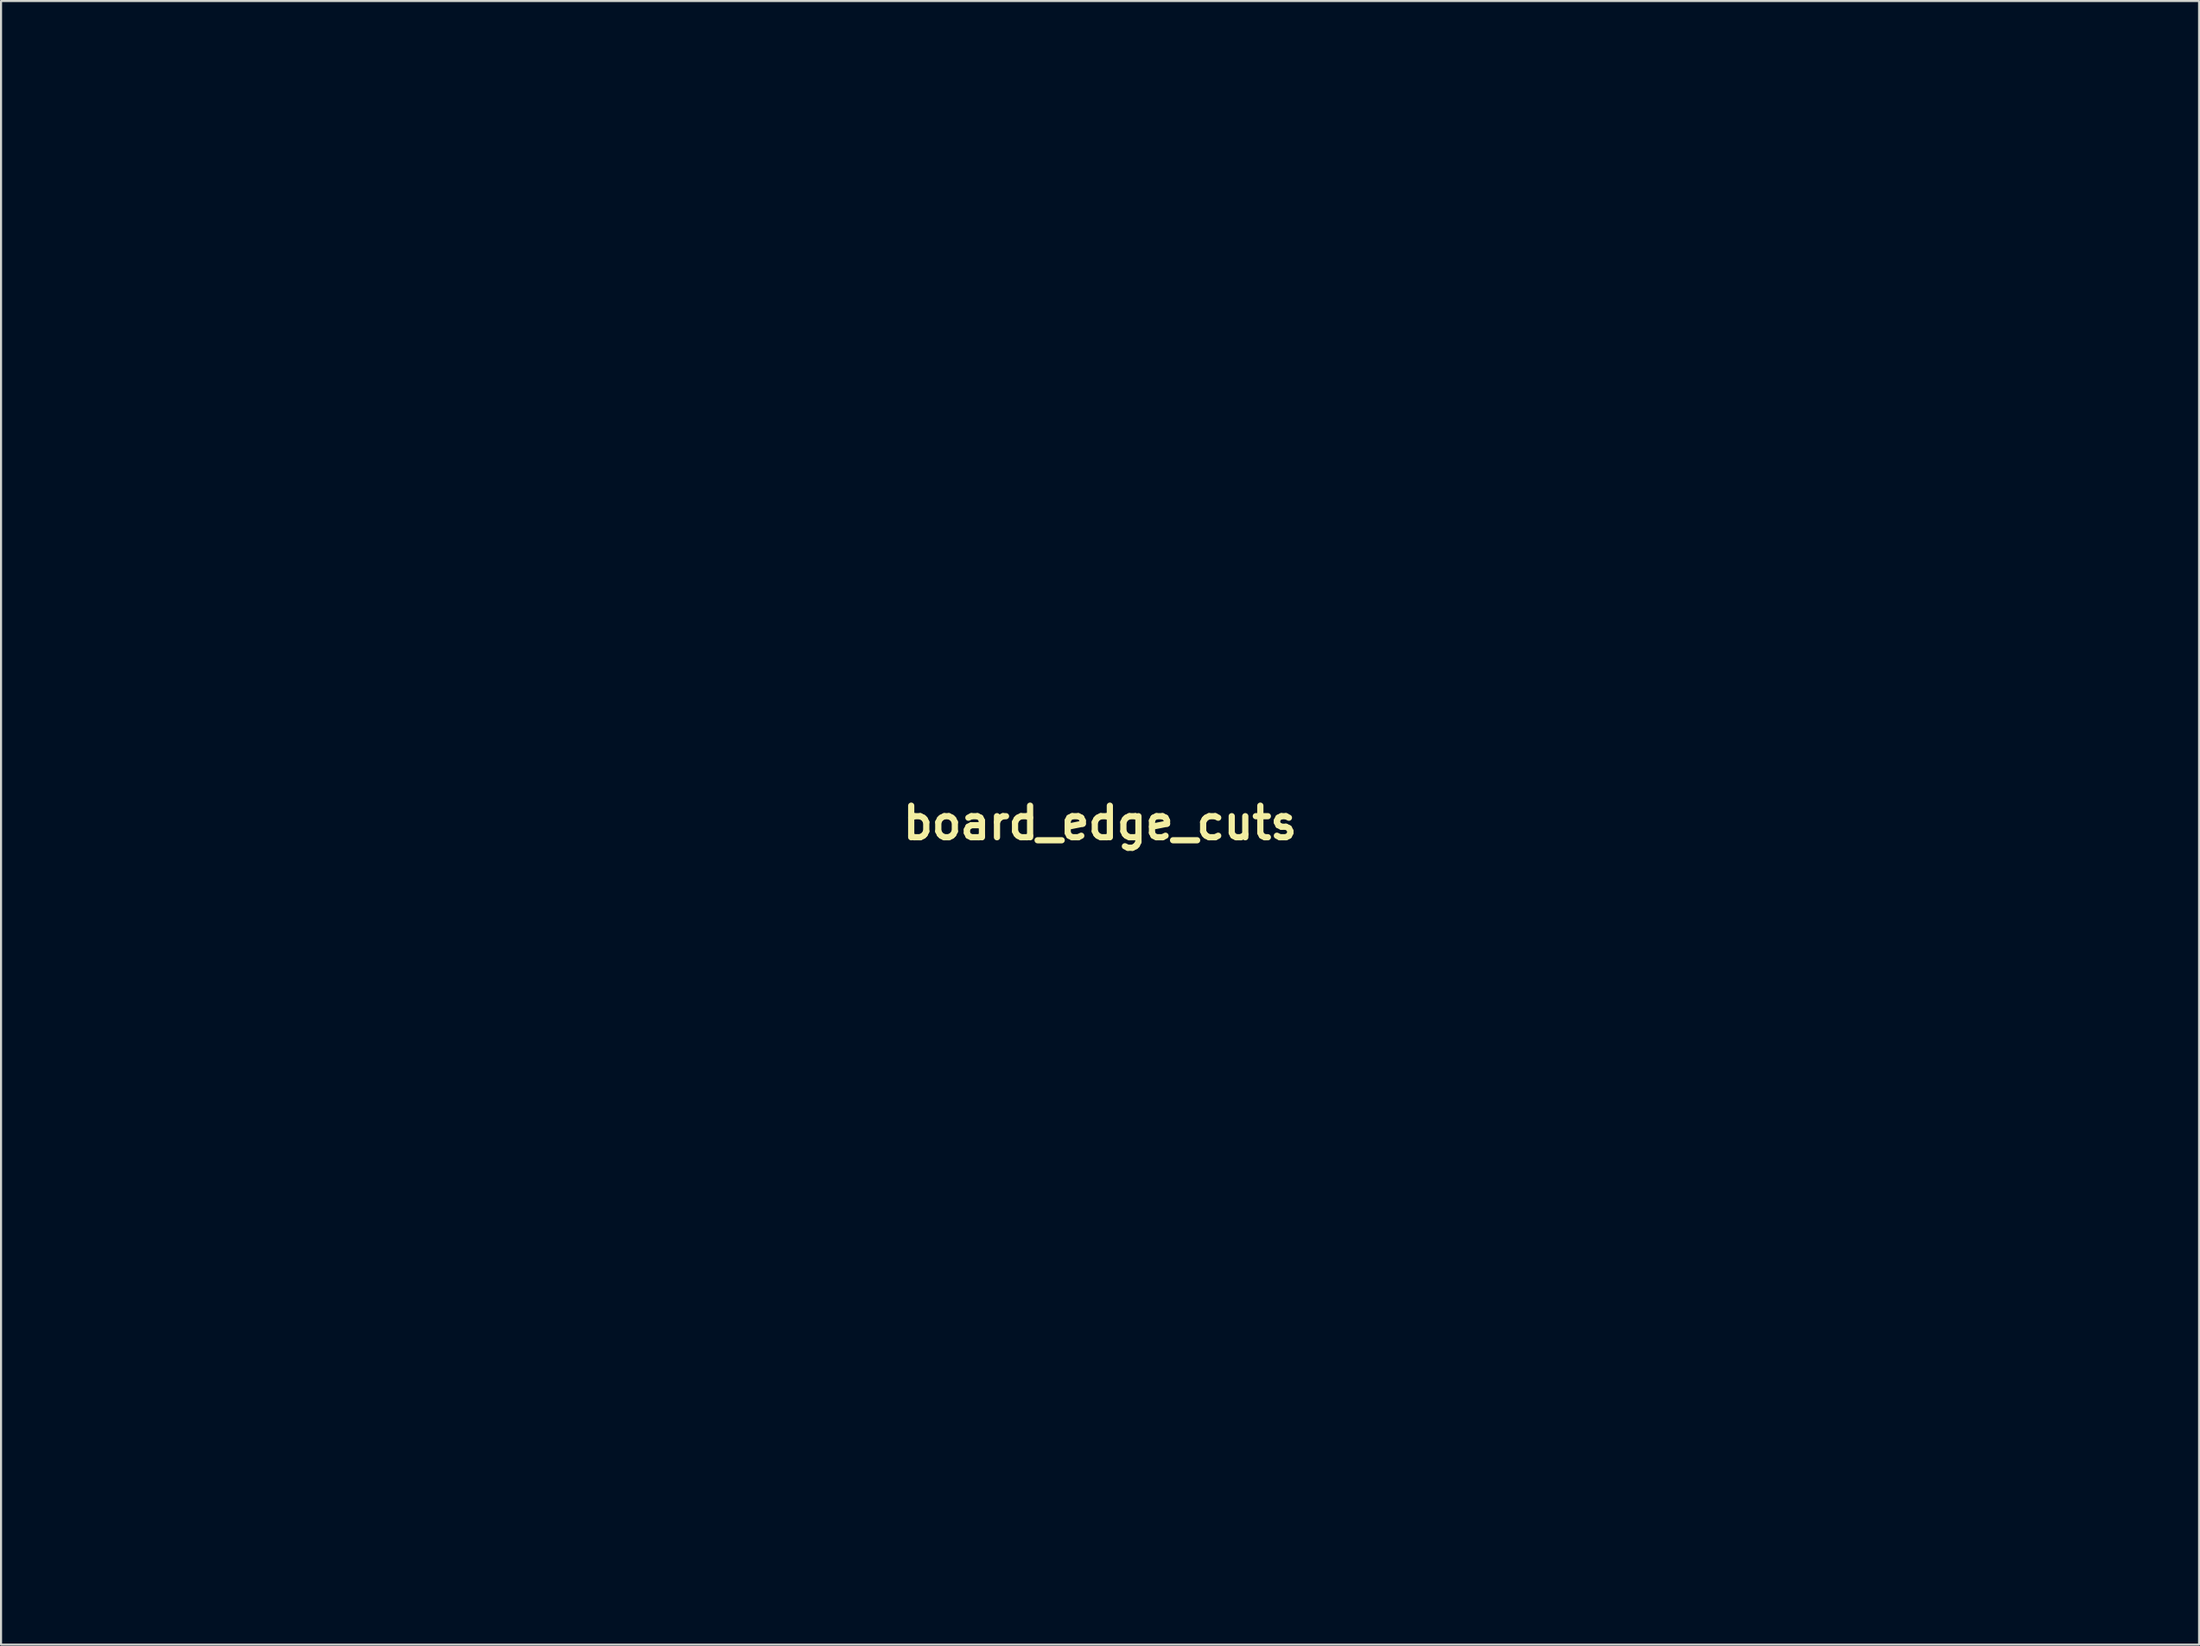
<source format=kicad_pcb>
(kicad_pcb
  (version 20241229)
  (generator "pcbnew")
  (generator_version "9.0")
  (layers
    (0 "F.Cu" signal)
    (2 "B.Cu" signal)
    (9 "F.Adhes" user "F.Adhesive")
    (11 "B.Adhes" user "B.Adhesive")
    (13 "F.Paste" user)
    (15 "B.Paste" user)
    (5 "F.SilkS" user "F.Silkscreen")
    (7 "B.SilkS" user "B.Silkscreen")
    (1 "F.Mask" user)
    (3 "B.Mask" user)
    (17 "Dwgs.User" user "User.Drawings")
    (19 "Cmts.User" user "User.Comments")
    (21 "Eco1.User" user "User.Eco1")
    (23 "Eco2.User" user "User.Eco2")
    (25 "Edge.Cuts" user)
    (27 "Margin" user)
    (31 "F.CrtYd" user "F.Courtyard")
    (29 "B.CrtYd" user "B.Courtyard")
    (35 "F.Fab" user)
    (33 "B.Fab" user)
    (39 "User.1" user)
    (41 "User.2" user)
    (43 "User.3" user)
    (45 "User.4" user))
  (footprint "board_edge_cuts"
    (layer "F.Cu")
    (at 50.001 36.661)
    (property "Reference" "board_edge_cuts" (at 0 0 0) (layer "F.SilkS") (effects (font (size 1.524 1.524) (thickness 0.3))))
    (attr through_hole)
    (fp_poly (pts (xy -17.476 -36.614) (xy -15.812 -36.521) (xy -14.192 -36.376) (xy -12.621 -36.18) (xy -11.107 -35.934) (xy -9.867 -35.684) (xy -9.658 -35.637) (xy -9.481 -35.595) (xy -9.351 -35.562) (xy -9.283 -35.541) (xy -9.278 -35.538) (xy -9.284 -35.52) (xy -9.366 -35.523) (xy -9.524 -35.549) (xy -9.761 -35.599) (xy -9.856 -35.62) (xy -11.186 -35.89) (xy -12.585 -36.117) (xy -14.047 -36.3) (xy -15.567 -36.44) (xy -17.141 -36.534) (xy -18.764 -36.584) (xy -19.748 -36.592) (xy -20.574 -36.588) (xy -21.335 -36.577) (xy -22.051 -36.557) (xy -22.742 -36.527) (xy -23.427 -36.487) (xy -24.126 -36.434) (xy -24.86 -36.369) (xy -25.646 -36.29) (xy -25.95 -36.257) (xy -26.739 -36.165) (xy -27.533 -36.059) (xy -28.312 -35.944) (xy -29.055 -35.822) (xy -29.743 -35.696) (xy -30.009 -35.643) (xy -30.321 -35.581) (xy -30.552 -35.54) (xy -30.702 -35.519) (xy -30.772 -35.52) (xy -30.773 -35.534) (xy -30.717 -35.555) (xy -30.588 -35.587) (xy -30.397 -35.629) (xy -30.154 -35.678) (xy -29.871 -35.733) (xy -29.558 -35.791) (xy -29.225 -35.851) (xy -28.884 -35.911) (xy -28.544 -35.968) (xy -28.218 -36.022) (xy -27.915 -36.069) (xy -27.646 -36.108) (xy -27.474 -36.131) (xy -26.924 -36.199) (xy -26.448 -36.258) (xy -26.034 -36.307) (xy -25.673 -36.349) (xy -25.355 -36.384) (xy -25.067 -36.413) (xy -24.801 -36.438) (xy -24.546 -36.46) (xy -24.438 -36.469) (xy -22.665 -36.584) (xy -20.909 -36.646) (xy -19.177 -36.656) (xy -17.476 -36.614)) (stroke (width 0.01) (type solid)) (fill no) (layer "Eco2.User"))
    (fp_poly (pts (xy -19.195 14.332) (xy -18.615 14.337) (xy -18.059 14.345) (xy -17.538 14.356) (xy -17.066 14.37) (xy -16.653 14.387) (xy -16.323 14.406) (xy -16.039 14.427) (xy -15.783 14.448) (xy -15.569 14.468) (xy -15.406 14.485) (xy -15.309 14.498) (xy -15.286 14.504) (xy -15.313 14.512) (xy -15.407 14.514) (xy -15.551 14.508) (xy -15.621 14.503) (xy -16.345 14.459) (xy -17.125 14.424) (xy -17.948 14.399) (xy -18.798 14.383) (xy -19.662 14.377) (xy -20.525 14.38) (xy -21.374 14.392) (xy -22.193 14.414) (xy -22.968 14.444) (xy -23.686 14.484) (xy -24.236 14.525) (xy -25.391 14.633) (xy -26.481 14.753) (xy -27.523 14.89) (xy -28.535 15.046) (xy -29.535 15.223) (xy -30.541 15.424) (xy -30.797 15.479) (xy -31.007 15.523) (xy -31.197 15.562) (xy -31.347 15.59) (xy -31.433 15.604) (xy -31.559 15.62) (xy -31.433 15.576) (xy -31.284 15.532) (xy -31.064 15.477) (xy -30.783 15.413) (xy -30.454 15.344) (xy -30.087 15.27) (xy -29.694 15.195) (xy -29.288 15.119) (xy -28.879 15.047) (xy -28.478 14.979) (xy -28.099 14.918) (xy -27.752 14.867) (xy -27.665 14.854) (xy -27.235 14.796) (xy -26.856 14.746) (xy -26.515 14.702) (xy -26.199 14.663) (xy -25.895 14.629) (xy -25.592 14.597) (xy -25.275 14.567) (xy -24.934 14.537) (xy -24.554 14.506) (xy -24.124 14.472) (xy -23.632 14.435) (xy -23.241 14.406) (xy -22.905 14.386) (xy -22.496 14.369) (xy -22.027 14.355) (xy -21.51 14.344) (xy -20.956 14.337) (xy -20.377 14.332) (xy -19.786 14.33) (xy -19.195 14.332)) (stroke (width 0.01) (type solid)) (fill no) (layer "Eco2.User"))
    (fp_poly (pts (xy -30.868 -35.508) (xy -30.876 -35.493) (xy -30.954 -35.465) (xy -31.087 -35.428) (xy -31.221 -35.395) (xy -32.792 -34.998) (xy -34.303 -34.549) (xy -35.759 -34.043) (xy -37.169 -33.478) (xy -38.541 -32.851) (xy -39.881 -32.157) (xy -41.198 -31.393) (xy -42.499 -30.557) (xy -43.461 -29.885) (xy -43.63 -29.762) (xy -43.827 -29.621) (xy -44.008 -29.49) (xy -44.011 -29.488) (xy -44.156 -29.381) (xy -44.345 -29.24) (xy -44.562 -29.074) (xy -44.793 -28.896) (xy -45.023 -28.717) (xy -45.236 -28.55) (xy -45.419 -28.405) (xy -45.555 -28.294) (xy -45.596 -28.26) (xy -45.688 -28.182) (xy -45.827 -28.067) (xy -45.994 -27.93) (xy -46.164 -27.792) (xy -46.389 -27.607) (xy -46.661 -27.38) (xy -46.967 -27.122) (xy -47.29 -26.847) (xy -47.616 -26.567) (xy -47.93 -26.297) (xy -48.215 -26.047) (xy -48.458 -25.833) (xy -48.537 -25.762) (xy -48.735 -25.585) (xy -48.968 -25.376) (xy -49.21 -25.161) (xy -49.432 -24.963) (xy -49.458 -24.94) (xy -49.953 -24.502) (xy -49.953 0.915) (xy -49.953 2.378) (xy -49.953 3.82) (xy -49.953 5.239) (xy -49.952 6.632) (xy -49.952 7.997) (xy -49.951 9.331) (xy -49.951 10.633) (xy -49.95 11.9) (xy -49.949 13.129) (xy -49.948 14.319) (xy -49.947 15.467) (xy -49.946 16.57) (xy -49.945 17.628) (xy -49.944 18.636) (xy -49.943 19.593) (xy -49.941 20.496) (xy -49.94 21.344) (xy -49.938 22.133) (xy -49.937 22.862) (xy -49.935 23.529) (xy -49.934 24.13) (xy -49.932 24.664) (xy -49.93 25.128) (xy -49.928 25.52) (xy -49.926 25.838) (xy -49.925 26.079) (xy -49.923 26.241) (xy -49.921 26.322) (xy -49.92 26.331) (xy -49.875 26.305) (xy -49.784 26.235) (xy -49.664 26.133) (xy -49.609 26.085) (xy -49.455 25.949) (xy -49.262 25.78) (xy -49.04 25.586) (xy -48.799 25.375) (xy -48.547 25.157) (xy -48.296 24.939) (xy -48.054 24.729) (xy -47.83 24.536) (xy -47.636 24.369) (xy -47.479 24.235) (xy -47.37 24.143) (xy -47.329 24.109) (xy -47.24 24.036) (xy -47.102 23.922) (xy -46.932 23.781) (xy -46.746 23.625) (xy -46.674 23.565) (xy -45.443 22.555) (xy -44.245 21.624) (xy -43.079 20.771) (xy -42.27 20.212) (xy -42.009 20.038) (xy -41.75 19.869) (xy -41.481 19.698) (xy -41.189 19.517) (xy -40.864 19.318) (xy -40.492 19.096) (xy -40.064 18.841) (xy -39.878 18.731) (xy -39.718 18.642) (xy -39.497 18.524) (xy -39.23 18.386) (xy -38.931 18.235) (xy -38.617 18.08) (xy -38.302 17.926) (xy -38.003 17.783) (xy -37.733 17.658) (xy -37.726 17.655) (xy -37.006 17.341) (xy -36.225 17.028) (xy -35.406 16.724) (xy -34.572 16.436) (xy -33.746 16.174) (xy -33.232 16.023) (xy -32.767 15.893) (xy -32.381 15.788) (xy -32.076 15.709) (xy -31.85 15.656) (xy -31.705 15.628) (xy -31.655 15.624) (xy -31.655 15.635) (xy -31.724 15.663) (xy -31.852 15.703) (xy -32.025 15.752) (xy -32.025 15.752) (xy -32.742 15.948) (xy -33.39 16.132) (xy -33.984 16.309) (xy -34.536 16.484) (xy -35.062 16.66) (xy -35.576 16.843) (xy -36.091 17.037) (xy -36.469 17.186) (xy -37.388 17.569) (xy -38.287 17.979) (xy -39.173 18.421) (xy -40.053 18.899) (xy -40.934 19.417) (xy -41.825 19.981) (xy -42.731 20.594) (xy -43.661 21.262) (xy -44.622 21.988) (xy -45.621 22.777) (xy -46.033 23.112) (xy -46.433 23.44) (xy -46.814 23.755) (xy -47.169 24.05) (xy -47.489 24.319) (xy -47.768 24.556) (xy -47.998 24.754) (xy -48.171 24.906) (xy -48.198 24.931) (xy -48.32 25.04) (xy -48.48 25.182) (xy -48.668 25.346) (xy -48.874 25.525) (xy -49.087 25.71) (xy -49.297 25.89) (xy -49.493 26.059) (xy -49.666 26.206) (xy -49.805 26.322) (xy -49.899 26.4) (xy -49.937 26.429) (xy -49.941 26.422) (xy -49.945 26.395) (xy -49.949 26.347) (xy -49.952 26.276) (xy -49.956 26.179) (xy -49.959 26.054) (xy -49.962 25.901) (xy -49.965 25.717) (xy -49.967 25.5) (xy -49.97 25.248) (xy -49.972 24.959) (xy -49.975 24.633) (xy -49.977 24.265) (xy -49.979 23.856) (xy -49.981 23.403) (xy -49.982 22.903) (xy -49.984 22.356) (xy -49.985 21.759) (xy -49.987 21.111) (xy -49.988 20.409) (xy -49.989 19.651) (xy -49.99 18.837) (xy -49.991 17.964) (xy -49.992 17.029) (xy -49.992 16.032) (xy -49.993 14.97) (xy -49.994 13.842) (xy -49.994 12.645) (xy -49.995 11.378) (xy -49.995 10.039) (xy -49.995 8.626) (xy -49.995 7.137) (xy -49.996 5.57) (xy -49.996 3.924) (xy -49.996 2.196) (xy -49.996 0.963) (xy -49.996 -24.537) (xy -49.521 -24.958) (xy -49.328 -25.13) (xy -49.132 -25.305) (xy -48.954 -25.465) (xy -48.814 -25.591) (xy -48.791 -25.612) (xy -48.362 -25.997) (xy -47.894 -26.407) (xy -47.395 -26.835) (xy -46.877 -27.273) (xy -46.348 -27.712) (xy -45.82 -28.143) (xy -45.301 -28.56) (xy -44.803 -28.954) (xy -44.335 -29.316) (xy -43.906 -29.639) (xy -43.528 -29.914) (xy -43.455 -29.966) (xy -42.632 -30.533) (xy -41.855 -31.047) (xy -41.109 -31.515) (xy -40.383 -31.947) (xy -39.661 -32.348) (xy -38.932 -32.729) (xy -38.672 -32.859) (xy -38.431 -32.975) (xy -38.149 -33.107) (xy -37.841 -33.248) (xy -37.524 -33.391) (xy -37.214 -33.527) (xy -36.928 -33.651) (xy -36.681 -33.754) (xy -36.492 -33.829) (xy -36.462 -33.84) (xy -36.361 -33.877) (xy -36.202 -33.937) (xy -36.006 -34.011) (xy -35.793 -34.091) (xy -35.772 -34.099) (xy -34.994 -34.378) (xy -34.16 -34.652) (xy -33.299 -34.913) (xy -32.437 -35.15) (xy -32.427 -35.153) (xy -32.001 -35.263) (xy -31.651 -35.352) (xy -31.372 -35.419) (xy -31.158 -35.467) (xy -31.005 -35.497) (xy -30.908 -35.509) (xy -30.868 -35.508)) (stroke (width 0.01) (type solid)) (fill no) (layer "Eco2.User"))
    (fp_poly (pts (xy -9.095 -35.5) (xy -8.954 -35.472) (xy -8.756 -35.426) (xy -8.51 -35.365) (xy -8.229 -35.292) (xy -7.924 -35.209) (xy -7.606 -35.121) (xy -7.287 -35.029) (xy -7.176 -34.996) (xy -5.95 -34.599) (xy -4.701 -34.127) (xy -3.437 -33.586) (xy -2.167 -32.978) (xy -0.9 -32.309) (xy 0.339 -31.592) (xy 0.784 -31.319) (xy 1.254 -31.022) (xy 1.753 -30.698) (xy 2.288 -30.344) (xy 2.863 -29.955) (xy 3.486 -29.527) (xy 4.161 -29.057) (xy 4.894 -28.541) (xy 5.313 -28.244) (xy 5.916 -27.82) (xy 6.579 -27.36) (xy 7.29 -26.873) (xy 8.036 -26.367) (xy 8.806 -25.851) (xy 9.586 -25.333) (xy 10.364 -24.821) (xy 10.689 -24.61) (xy 11.037 -24.384) (xy 11.384 -24.159) (xy 11.722 -23.939) (xy 12.043 -23.732) (xy 12.34 -23.54) (xy 12.604 -23.37) (xy 12.828 -23.226) (xy 13.003 -23.114) (xy 13.122 -23.039) (xy 13.172 -23.008) (xy 13.228 -22.974) (xy 13.344 -22.902) (xy 13.509 -22.799) (xy 13.713 -22.672) (xy 13.942 -22.528) (xy 14.062 -22.452) (xy 14.393 -22.245) (xy 14.71 -22.048) (xy 15.004 -21.865) (xy 15.27 -21.702) (xy 15.497 -21.563) (xy 15.68 -21.453) (xy 15.809 -21.377) (xy 15.877 -21.339) (xy 15.886 -21.336) (xy 15.926 -21.315) (xy 16.025 -21.259) (xy 16.17 -21.175) (xy 16.345 -21.071) (xy 16.398 -21.04) (xy 16.581 -20.932) (xy 16.736 -20.841) (xy 16.851 -20.776) (xy 16.912 -20.745) (xy 16.917 -20.743) (xy 16.961 -20.723) (xy 17.059 -20.668) (xy 17.192 -20.59) (xy 17.243 -20.56) (xy 17.657 -20.316) (xy 18.138 -20.045) (xy 18.675 -19.752) (xy 19.258 -19.442) (xy 19.876 -19.12) (xy 20.517 -18.793) (xy 21.172 -18.465) (xy 21.829 -18.141) (xy 22.477 -17.828) (xy 23.107 -17.53) (xy 23.706 -17.253) (xy 24.264 -17.003) (xy 24.771 -16.784) (xy 24.871 -16.743) (xy 26.059 -16.265) (xy 27.208 -15.837) (xy 28.315 -15.459) (xy 29.374 -15.134) (xy 30.383 -14.861) (xy 31.337 -14.642) (xy 32.233 -14.478) (xy 32.364 -14.458) (xy 32.563 -14.428) (xy 32.739 -14.401) (xy 32.87 -14.379) (xy 32.927 -14.369) (xy 33.125 -14.335) (xy 33.391 -14.3) (xy 33.708 -14.267) (xy 34.061 -14.236) (xy 34.433 -14.209) (xy 34.806 -14.188) (xy 34.896 -14.184) (xy 35.824 -14.163) (xy 36.699 -14.185) (xy 37.543 -14.251) (xy 38.376 -14.362) (xy 38.694 -14.417) (xy 38.896 -14.453) (xy 39.101 -14.489) (xy 39.268 -14.519) (xy 39.287 -14.522) (xy 39.46 -14.557) (xy 39.697 -14.615) (xy 39.981 -14.689) (xy 40.296 -14.777) (xy 40.625 -14.872) (xy 40.952 -14.97) (xy 41.26 -15.068) (xy 41.318 -15.087) (xy 41.972 -15.314) (xy 42.626 -15.564) (xy 43.286 -15.839) (xy 43.959 -16.145) (xy 44.653 -16.485) (xy 45.373 -16.861) (xy 46.128 -17.278) (xy 46.924 -17.738) (xy 47.768 -18.247) (xy 48.666 -18.806) (xy 48.929 -18.973) (xy 49.188 -19.137) (xy 49.425 -19.285) (xy 49.63 -19.411) (xy 49.792 -19.51) (xy 49.904 -19.575) (xy 49.954 -19.6) (xy 49.956 -19.6) (xy 49.958 -19.558) (xy 49.961 -19.432) (xy 49.964 -19.224) (xy 49.967 -18.934) (xy 49.969 -18.564) (xy 49.971 -18.114) (xy 49.974 -17.585) (xy 49.976 -16.979) (xy 49.978 -16.297) (xy 49.98 -15.54) (xy 49.982 -14.708) (xy 49.983 -13.802) (xy 49.985 -12.825) (xy 49.987 -11.776) (xy 49.988 -10.658) (xy 49.989 -9.47) (xy 49.991 -8.214) (xy 49.992 -6.891) (xy 49.993 -5.501) (xy 49.993 -4.047) (xy 49.994 -2.529) (xy 49.995 -0.948) (xy 49.995 0.695) (xy 49.995 2.399) (xy 49.996 4.162) (xy 49.996 5.884) (xy 49.996 31.367) (xy 49.583 31.635) (xy 48.568 32.283) (xy 47.611 32.875) (xy 46.708 33.413) (xy 45.855 33.899) (xy 45.048 34.335) (xy 44.284 34.723) (xy 43.558 35.064) (xy 42.866 35.361) (xy 42.205 35.616) (xy 41.571 35.83) (xy 40.96 36.005) (xy 40.498 36.116) (xy 39.866 36.249) (xy 39.296 36.359) (xy 38.767 36.446) (xy 38.259 36.515) (xy 37.754 36.566) (xy 37.231 36.602) (xy 36.67 36.625) (xy 36.053 36.638) (xy 35.835 36.64) (xy 35.486 36.642) (xy 35.158 36.643) (xy 34.861 36.643) (xy 34.608 36.642) (xy 34.408 36.64) (xy 34.274 36.637) (xy 34.227 36.634) (xy 33.733 36.586) (xy 33.313 36.543) (xy 32.956 36.505) (xy 32.649 36.47) (xy 32.382 36.437) (xy 32.144 36.404) (xy 31.924 36.371) (xy 31.71 36.335) (xy 31.502 36.297) (xy 31.237 36.248) (xy 30.987 36.201) (xy 30.767 36.161) (xy 30.598 36.13) (xy 30.501 36.113) (xy 30.318 36.075) (xy 30.07 36.018) (xy 29.772 35.944) (xy 29.441 35.858) (xy 29.092 35.763) (xy 28.741 35.665) (xy 28.404 35.567) (xy 27.498 35.279) (xy 26.533 34.936) (xy 25.514 34.541) (xy 24.445 34.095) (xy 23.332 33.6) (xy 22.177 33.059) (xy 20.985 32.474) (xy 19.762 31.846) (xy 18.51 31.179) (xy 17.236 30.473) (xy 16.15 29.851) (xy 15.904 29.708) (xy 15.666 29.571) (xy 15.454 29.447) (xy 15.281 29.347) (xy 15.165 29.28) (xy 15.155 29.274) (xy 14.559 28.921) (xy 13.901 28.517) (xy 13.185 28.065) (xy 12.416 27.568) (xy 11.597 27.028) (xy 10.733 26.447) (xy 9.827 25.829) (xy 8.883 25.176) (xy 7.906 24.491) (xy 7.874 24.468) (xy 7.592 24.269) (xy 7.274 24.046) (xy 6.948 23.818) (xy 6.643 23.604) (xy 6.435 23.459) (xy 6.205 23.299) (xy 5.984 23.144) (xy 5.787 23.006) (xy 5.63 22.894) (xy 5.526 22.819) (xy 5.524 22.818) (xy 5.413 22.738) (xy 5.24 22.619) (xy 5.015 22.465) (xy 4.747 22.284) (xy 4.446 22.082) (xy 4.122 21.864) (xy 3.782 21.637) (xy 3.438 21.408) (xy 3.098 21.182) (xy 2.771 20.967) (xy 2.468 20.767) (xy 2.196 20.59) (xy 1.967 20.441) (xy 1.799 20.334) (xy 0.516 19.545) (xy -0.729 18.827) (xy -1.94 18.177) (xy -3.122 17.593) (xy -4.28 17.073) (xy -5.419 16.614) (xy -6.544 16.214) (xy -7.66 15.871) (xy -8.678 15.605) (xy -8.967 15.537) (xy -9.272 15.466) (xy -9.577 15.396) (xy -9.866 15.331) (xy -10.122 15.274) (xy -10.33 15.229) (xy -10.472 15.2) (xy -10.477 15.199) (xy -11.62 15) (xy -12.823 14.82) (xy -14.065 14.661) (xy -15.113 14.549) (xy -15.173 14.54) (xy -15.152 14.533) (xy -15.047 14.527) (xy -15.038 14.527) (xy -14.856 14.53) (xy -14.601 14.547) (xy -14.284 14.577) (xy -13.915 14.618) (xy -13.504 14.668) (xy -13.062 14.727) (xy -12.599 14.793) (xy -12.126 14.863) (xy -11.653 14.938) (xy -11.19 15.015) (xy -10.749 15.093) (xy -10.338 15.171) (xy -10.202 15.198) (xy -9.864 15.269) (xy -9.487 15.353) (xy -9.108 15.441) (xy -8.761 15.525) (xy -8.636 15.556) (xy -8.462 15.6) (xy -8.26 15.651) (xy -8.128 15.684) (xy -7.968 15.725) (xy -7.828 15.764) (xy -7.747 15.788) (xy -7.649 15.819) (xy -7.505 15.862) (xy -7.387 15.896) (xy -7.197 15.953) (xy -6.947 16.031) (xy -6.656 16.126) (xy -6.344 16.229) (xy -6.03 16.336) (xy -5.733 16.438) (xy -5.473 16.53) (xy -5.269 16.605) (xy -5.249 16.613) (xy -4.107 17.082) (xy -2.924 17.624) (xy -1.703 18.238) (xy -0.443 18.923) (xy 0.853 19.679) (xy 2.185 20.505) (xy 3.55 21.4) (xy 4.17 21.822) (xy 4.377 21.964) (xy 4.597 22.115) (xy 4.801 22.255) (xy 4.915 22.333) (xy 5.17 22.509) (xy 5.469 22.716) (xy 5.79 22.938) (xy 6.111 23.162) (xy 6.409 23.37) (xy 6.665 23.549) (xy 6.71 23.581) (xy 7.573 24.188) (xy 8.374 24.749) (xy 9.118 25.267) (xy 9.809 25.745) (xy 10.454 26.188) (xy 11.057 26.598) (xy 11.625 26.979) (xy 12.163 27.335) (xy 12.676 27.67) (xy 13.169 27.987) (xy 13.648 28.289) (xy 14.118 28.58) (xy 14.585 28.864) (xy 15.054 29.145) (xy 15.53 29.425) (xy 15.706 29.527) (xy 15.933 29.659) (xy 16.162 29.793) (xy 16.37 29.915) (xy 16.534 30.013) (xy 16.573 30.036) (xy 17.064 30.324) (xy 17.622 30.638) (xy 18.235 30.974) (xy 18.893 31.326) (xy 19.584 31.688) (xy 20.297 32.054) (xy 21.022 32.419) (xy 21.746 32.777) (xy 22.459 33.122) (xy 23.149 33.449) (xy 23.806 33.752) (xy 24.418 34.025) (xy 24.426 34.029) (xy 24.876 34.221) (xy 25.36 34.419) (xy 25.865 34.619) (xy 26.376 34.815) (xy 26.88 35.001) (xy 27.362 35.173) (xy 27.809 35.326) (xy 28.205 35.453) (xy 28.512 35.543) (xy 28.856 35.637) (xy 29.206 35.73) (xy 29.547 35.819) (xy 29.863 35.9) (xy 30.14 35.968) (xy 30.363 36.021) (xy 30.499 36.051) (xy 31.312 36.206) (xy 32.065 36.332) (xy 32.776 36.431) (xy 33.463 36.504) (xy 34.145 36.555) (xy 34.84 36.585) (xy 35.567 36.595) (xy 35.666 36.595) (xy 36.928 36.559) (xy 38.155 36.458) (xy 39.341 36.292) (xy 40.484 36.061) (xy 41.579 35.766) (xy 42.622 35.408) (xy 43.053 35.236) (xy 43.429 35.07) (xy 43.863 34.866) (xy 44.34 34.631) (xy 44.847 34.372) (xy 45.369 34.097) (xy 45.893 33.812) (xy 46.404 33.526) (xy 46.89 33.246) (xy 47.335 32.979) (xy 47.54 32.852) (xy 47.708 32.747) (xy 47.918 32.616) (xy 48.143 32.476) (xy 48.324 32.364) (xy 48.558 32.218) (xy 48.822 32.052) (xy 49.079 31.89) (xy 49.234 31.791) (xy 49.419 31.673) (xy 49.591 31.565) (xy 49.73 31.479) (xy 49.816 31.428) (xy 49.953 31.351) (xy 49.953 5.918) (xy 49.953 3.901) (xy 49.953 1.969) (xy 49.953 0.121) (xy 49.952 -1.643) (xy 49.952 -3.323) (xy 49.951 -4.919) (xy 49.95 -6.431) (xy 49.949 -7.859) (xy 49.948 -9.204) (xy 49.947 -10.466) (xy 49.945 -11.645) (xy 49.943 -12.741) (xy 49.942 -13.754) (xy 49.94 -14.685) (xy 49.938 -15.533) (xy 49.936 -16.299) (xy 49.934 -16.983) (xy 49.931 -17.584) (xy 49.929 -18.104) (xy 49.926 -18.543) (xy 49.923 -18.9) (xy 49.92 -19.175) (xy 49.917 -19.369) (xy 49.914 -19.483) (xy 49.911 -19.516) (xy 49.859 -19.494) (xy 49.754 -19.435) (xy 49.614 -19.349) (xy 49.519 -19.288) (xy 48.725 -18.776) (xy 47.987 -18.312) (xy 47.295 -17.889) (xy 46.637 -17.502) (xy 46.004 -17.144) (xy 45.387 -16.809) (xy 44.773 -16.492) (xy 44.471 -16.342) (xy 43.358 -15.82) (xy 42.28 -15.372) (xy 41.23 -14.994) (xy 40.204 -14.686) (xy 39.195 -14.445) (xy 38.198 -14.27) (xy 37.221 -14.16) (xy 36.123 -14.105) (xy 35.001 -14.118) (xy 33.852 -14.197) (xy 32.674 -14.345) (xy 31.464 -14.561) (xy 30.22 -14.847) (xy 28.938 -15.202) (xy 27.616 -15.626) (xy 26.25 -16.122) (xy 26.141 -16.164) (xy 25.331 -16.488) (xy 24.464 -16.856) (xy 23.55 -17.263) (xy 22.601 -17.704) (xy 21.629 -18.172) (xy 20.643 -18.664) (xy 19.656 -19.174) (xy 18.678 -19.695) (xy 17.738 -20.214) (xy 17.499 -20.348) (xy 17.274 -20.474) (xy 17.078 -20.583) (xy 16.926 -20.668) (xy 16.832 -20.72) (xy 16.828 -20.723) (xy 16.72 -20.784) (xy 16.552 -20.88) (xy 16.34 -21.005) (xy 16.094 -21.149) (xy 15.829 -21.306) (xy 15.559 -21.466) (xy 15.296 -21.623) (xy 15.054 -21.768) (xy 14.846 -21.893) (xy 14.686 -21.991) (xy 14.658 -22.008) (xy 14.124 -22.341) (xy 13.642 -22.643) (xy 13.191 -22.928) (xy 12.75 -23.21) (xy 12.299 -23.501) (xy 12.277 -23.515) (xy 12.07 -23.649) (xy 11.854 -23.788) (xy 11.658 -23.915) (xy 11.536 -23.993) (xy 11.369 -24.101) (xy 11.163 -24.234) (xy 10.95 -24.371) (xy 10.838 -24.443) (xy 10.693 -24.537) (xy 10.49 -24.671) (xy 10.237 -24.838) (xy 9.944 -25.033) (xy 9.617 -25.251) (xy 9.265 -25.486) (xy 8.897 -25.732) (xy 8.521 -25.984) (xy 8.145 -26.236) (xy 7.777 -26.484) (xy 7.425 -26.72) (xy 7.099 -26.94) (xy 6.806 -27.138) (xy 6.554 -27.309) (xy 6.352 -27.447) (xy 6.208 -27.546) (xy 6.16 -27.58) (xy 5.952 -27.727) (xy 5.713 -27.895) (xy 5.48 -28.058) (xy 5.376 -28.13) (xy 5.222 -28.238) (xy 5.016 -28.383) (xy 4.772 -28.554) (xy 4.509 -28.739) (xy 4.242 -28.927) (xy 4.128 -29.007) (xy 3.639 -29.349) (xy 3.144 -29.692) (xy 2.655 -30.026) (xy 2.185 -30.343) (xy 1.746 -30.635) (xy 1.351 -30.892) (xy 1.058 -31.079) (xy 0.868 -31.198) (xy 0.652 -31.331) (xy 0.419 -31.473) (xy 0.182 -31.617) (xy -0.048 -31.755) (xy -0.259 -31.881) (xy -0.441 -31.989) (xy -0.581 -32.07) (xy -0.669 -32.12) (xy -0.694 -32.131) (xy -0.734 -32.151) (xy -0.831 -32.204) (xy -0.968 -32.281) (xy -1.071 -32.34) (xy -1.251 -32.44) (xy -1.492 -32.568) (xy -1.779 -32.716) (xy -2.097 -32.878) (xy -2.43 -33.044) (xy -2.763 -33.208) (xy -3.081 -33.361) (xy -3.366 -33.495) (xy -4.381 -33.939) (xy -5.463 -34.358) (xy -6.595 -34.748) (xy -7.763 -35.102) (xy -8.53 -35.31) (xy -8.756 -35.37) (xy -8.943 -35.424) (xy -9.081 -35.467) (xy -9.158 -35.496) (xy -9.165 -35.508) (xy -9.095 -35.5)) (stroke (width 0.01) (type solid)) (fill no) (layer "Eco2.User")))
  (gr_rect
    (start -3 -3)
    (end 103.001 76.309)
    (stroke (width 0.1) (type default))
    (fill no)
    (layer "Edge.Cuts")))
</source>
